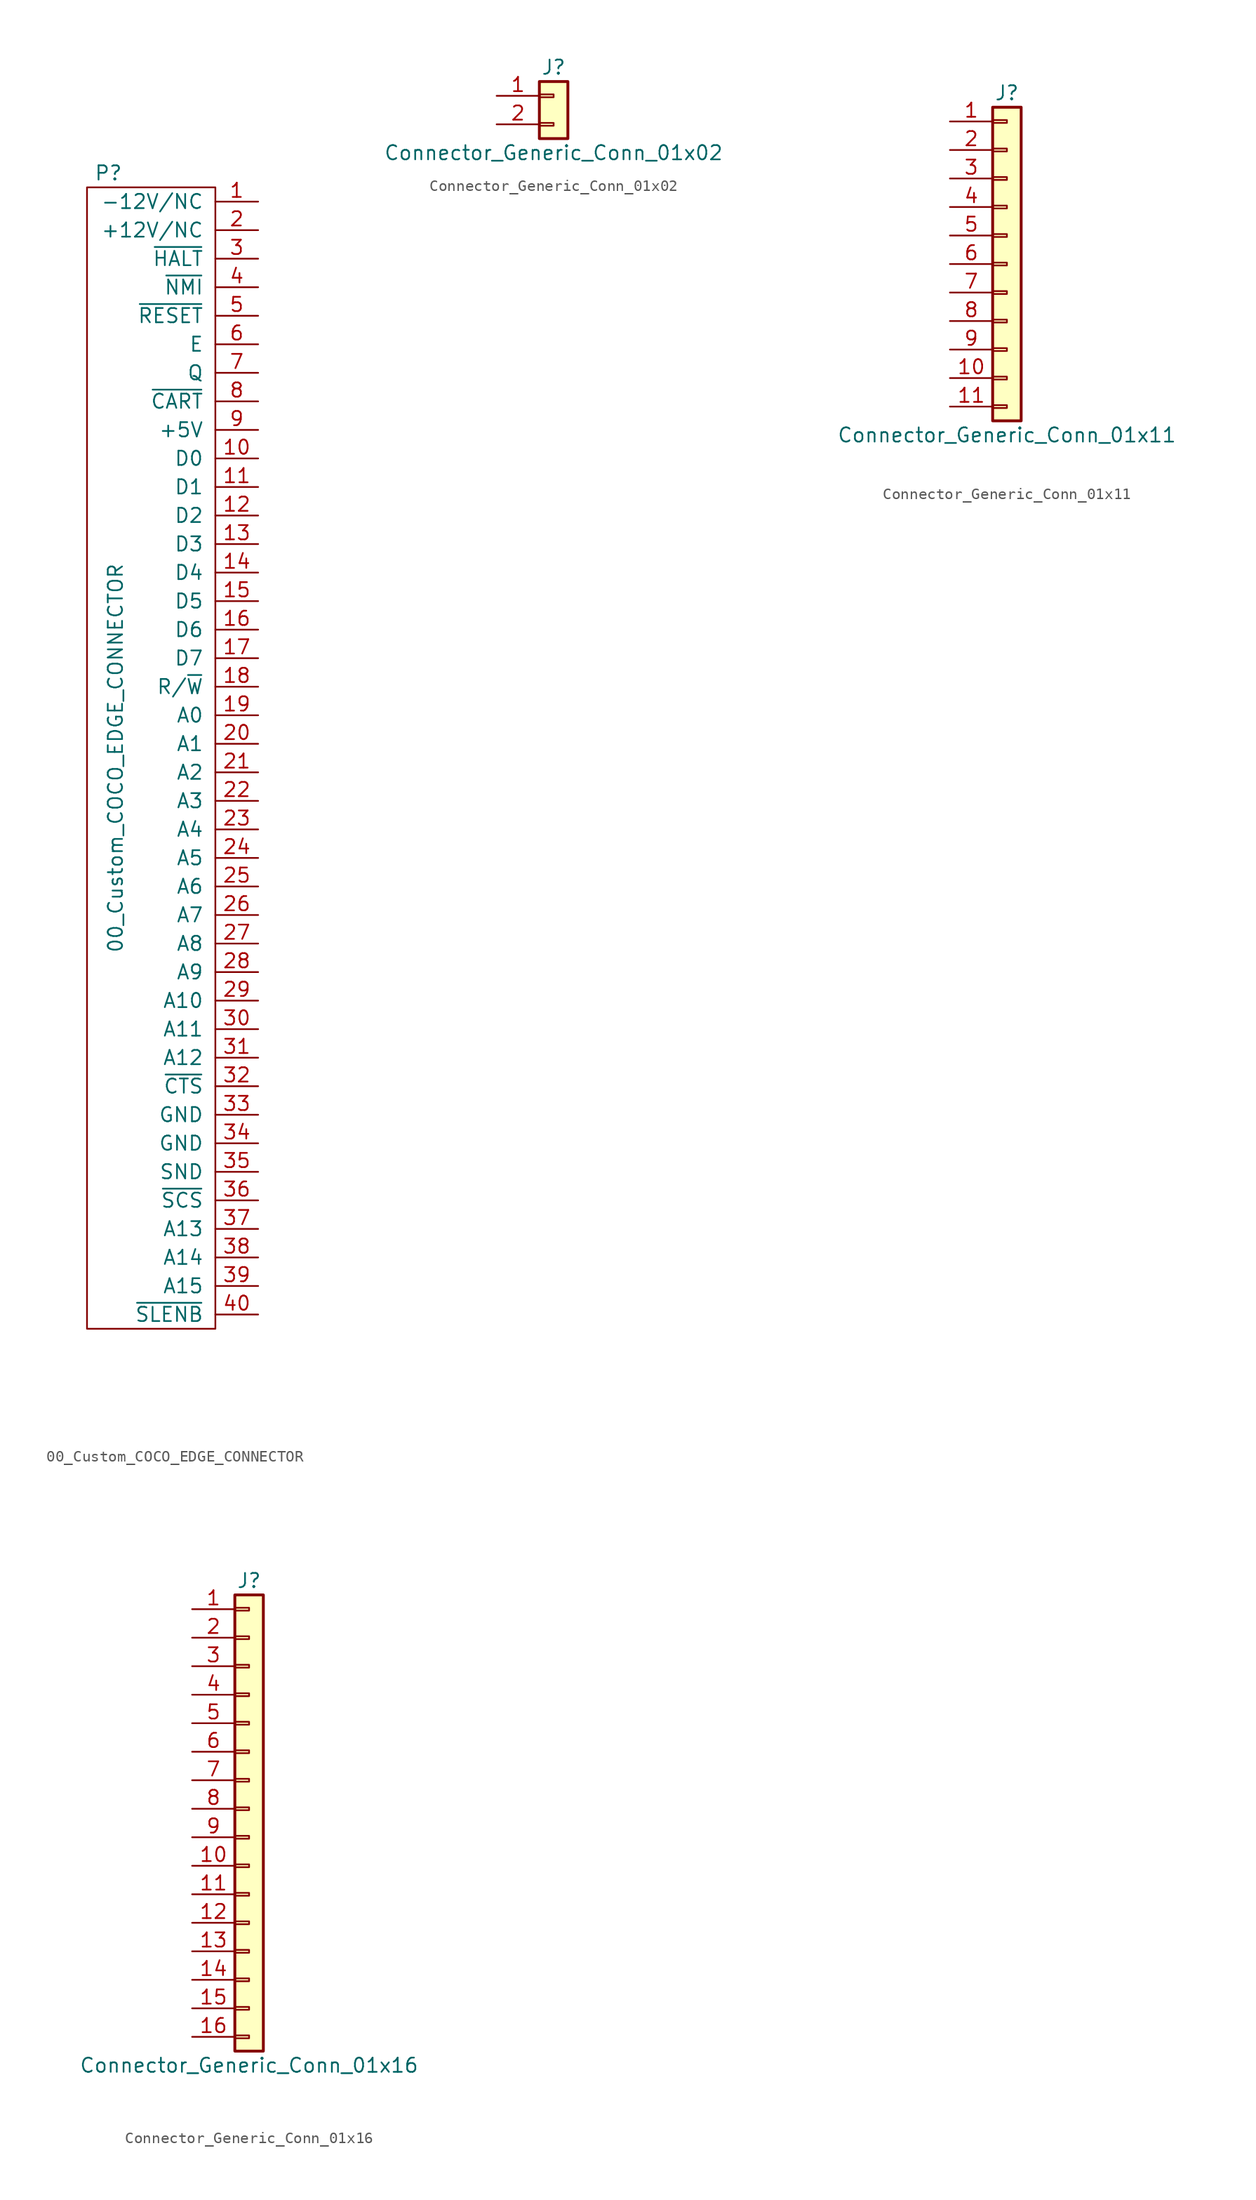
<source format=kicad_sym>
(kicad_symbol_lib
  (version 20220914)
  (generator kicad_symbol_editor)
  (symbol "00_Custom_COCO_EDGE_CONNECTOR"
    (pin_names
      (offset 1.016))
    (property "Reference" "P"
      (at -3.175 52.07 0)
      (effects (font (size 1.27 1.27))))
    (property "Value" "00_Custom_COCO_EDGE_CONNECTOR"
      (at -2.54 0 90)
      (effects (font (size 1.27 1.27))))
    (property "Footprint" ""
      (at -3.175 0 0)
      (effects (font (size 1.27 1.27))))
    (property "Datasheet" ""
      (at -3.175 0 0)
      (effects (font (size 1.27 1.27))))
    (symbol "00_Custom_COCO_EDGE_CONNECTOR_0_1"
      (rectangle (start -5.08 50.8) (end 6.35 -50.8) (stroke (width 0) (type solid)) (fill (type none))))
    (symbol "00_Custom_COCO_EDGE_CONNECTOR_1_1"
      (pin power_out line (at 10.16 49.53 180) (length 3.81) (name "-12V/NC" (effects (font (size 1.27 1.27)))) (number "1" (effects (font (size 1.27 1.27)))))
      (pin passive line (at 10.16 26.67 180) (length 3.81) (name "D0" (effects (font (size 1.27 1.27)))) (number "10" (effects (font (size 1.27 1.27)))))
      (pin passive line (at 10.16 24.13 180) (length 3.81) (name "D1" (effects (font (size 1.27 1.27)))) (number "11" (effects (font (size 1.27 1.27)))))
      (pin passive line (at 10.16 21.59 180) (length 3.81) (name "D2" (effects (font (size 1.27 1.27)))) (number "12" (effects (font (size 1.27 1.27)))))
      (pin passive line (at 10.16 19.05 180) (length 3.81) (name "D3" (effects (font (size 1.27 1.27)))) (number "13" (effects (font (size 1.27 1.27)))))
      (pin passive line (at 10.16 16.51 180) (length 3.81) (name "D4" (effects (font (size 1.27 1.27)))) (number "14" (effects (font (size 1.27 1.27)))))
      (pin passive line (at 10.16 13.97 180) (length 3.81) (name "D5" (effects (font (size 1.27 1.27)))) (number "15" (effects (font (size 1.27 1.27)))))
      (pin passive line (at 10.16 11.43 180) (length 3.81) (name "D6" (effects (font (size 1.27 1.27)))) (number "16" (effects (font (size 1.27 1.27)))))
      (pin passive line (at 10.16 8.89 180) (length 3.81) (name "D7" (effects (font (size 1.27 1.27)))) (number "17" (effects (font (size 1.27 1.27)))))
      (pin passive line (at 10.16 6.35 180) (length 3.81) (name "R/~{W}" (effects (font (size 1.27 1.27)))) (number "18" (effects (font (size 1.27 1.27)))))
      (pin passive line (at 10.16 3.81 180) (length 3.81) (name "A0" (effects (font (size 1.27 1.27)))) (number "19" (effects (font (size 1.27 1.27)))))
      (pin power_out line (at 10.16 46.99 180) (length 3.81) (name "+12V/NC" (effects (font (size 1.27 1.27)))) (number "2" (effects (font (size 1.27 1.27)))))
      (pin passive line (at 10.16 1.27 180) (length 3.81) (name "A1" (effects (font (size 1.27 1.27)))) (number "20" (effects (font (size 1.27 1.27)))))
      (pin passive line (at 10.16 -1.27 180) (length 3.81) (name "A2" (effects (font (size 1.27 1.27)))) (number "21" (effects (font (size 1.27 1.27)))))
      (pin passive line (at 10.16 -3.81 180) (length 3.81) (name "A3" (effects (font (size 1.27 1.27)))) (number "22" (effects (font (size 1.27 1.27)))))
      (pin passive line (at 10.16 -6.35 180) (length 3.81) (name "A4" (effects (font (size 1.27 1.27)))) (number "23" (effects (font (size 1.27 1.27)))))
      (pin passive line (at 10.16 -8.89 180) (length 3.81) (name "A5" (effects (font (size 1.27 1.27)))) (number "24" (effects (font (size 1.27 1.27)))))
      (pin passive line (at 10.16 -11.43 180) (length 3.81) (name "A6" (effects (font (size 1.27 1.27)))) (number "25" (effects (font (size 1.27 1.27)))))
      (pin passive line (at 10.16 -13.97 180) (length 3.81) (name "A7" (effects (font (size 1.27 1.27)))) (number "26" (effects (font (size 1.27 1.27)))))
      (pin passive line (at 10.16 -16.51 180) (length 3.81) (name "A8" (effects (font (size 1.27 1.27)))) (number "27" (effects (font (size 1.27 1.27)))))
      (pin passive line (at 10.16 -19.05 180) (length 3.81) (name "A9" (effects (font (size 1.27 1.27)))) (number "28" (effects (font (size 1.27 1.27)))))
      (pin passive line (at 10.16 -21.59 180) (length 3.81) (name "A10" (effects (font (size 1.27 1.27)))) (number "29" (effects (font (size 1.27 1.27)))))
      (pin passive line (at 10.16 44.45 180) (length 3.81) (name "~{HALT}" (effects (font (size 1.27 1.27)))) (number "3" (effects (font (size 1.27 1.27)))))
      (pin passive line (at 10.16 -24.13 180) (length 3.81) (name "A11" (effects (font (size 1.27 1.27)))) (number "30" (effects (font (size 1.27 1.27)))))
      (pin passive line (at 10.16 -26.67 180) (length 3.81) (name "A12" (effects (font (size 1.27 1.27)))) (number "31" (effects (font (size 1.27 1.27)))))
      (pin passive line (at 10.16 -29.21 180) (length 3.81) (name "~{CTS}" (effects (font (size 1.27 1.27)))) (number "32" (effects (font (size 1.27 1.27)))))
      (pin power_out line (at 10.16 -31.75 180) (length 3.81) (name "GND" (effects (font (size 1.27 1.27)))) (number "33" (effects (font (size 1.27 1.27)))))
      (pin power_in line (at 10.16 -34.29 180) (length 3.81) (name "GND" (effects (font (size 1.27 1.27)))) (number "34" (effects (font (size 1.27 1.27)))))
      (pin passive line (at 10.16 -36.83 180) (length 3.81) (name "SND" (effects (font (size 1.27 1.27)))) (number "35" (effects (font (size 1.27 1.27)))))
      (pin passive line (at 10.16 -39.37 180) (length 3.81) (name "~{SCS}" (effects (font (size 1.27 1.27)))) (number "36" (effects (font (size 1.27 1.27)))))
      (pin passive line (at 10.16 -41.91 180) (length 3.81) (name "A13" (effects (font (size 1.27 1.27)))) (number "37" (effects (font (size 1.27 1.27)))))
      (pin passive line (at 10.16 -44.45 180) (length 3.81) (name "A14" (effects (font (size 1.27 1.27)))) (number "38" (effects (font (size 1.27 1.27)))))
      (pin passive line (at 10.16 -46.99 180) (length 3.81) (name "A15" (effects (font (size 1.27 1.27)))) (number "39" (effects (font (size 1.27 1.27)))))
      (pin passive line (at 10.16 41.91 180) (length 3.81) (name "~{NMI}" (effects (font (size 1.27 1.27)))) (number "4" (effects (font (size 1.27 1.27)))))
      (pin passive line (at 10.16 -49.53 180) (length 3.81) (name "~{SLENB}" (effects (font (size 1.27 1.27)))) (number "40" (effects (font (size 1.27 1.27)))))
      (pin passive line (at 10.16 39.37 180) (length 3.81) (name "~{RESET}" (effects (font (size 1.27 1.27)))) (number "5" (effects (font (size 1.27 1.27)))))
      (pin passive line (at 10.16 36.83 180) (length 3.81) (name "E" (effects (font (size 1.27 1.27)))) (number "6" (effects (font (size 1.27 1.27)))))
      (pin passive line (at 10.16 34.29 180) (length 3.81) (name "Q" (effects (font (size 1.27 1.27)))) (number "7" (effects (font (size 1.27 1.27)))))
      (pin passive line (at 10.16 31.75 180) (length 3.81) (name "~{CART}" (effects (font (size 1.27 1.27)))) (number "8" (effects (font (size 1.27 1.27)))))
      (pin power_out line (at 10.16 29.21 180) (length 3.81) (name "+5V" (effects (font (size 1.27 1.27)))) (number "9" (effects (font (size 1.27 1.27)))))))
  (symbol "Connector_Generic_Conn_01x02"
    (pin_names
      (offset 1.016) hide)
    (property "Reference" "J"
      (at 0 2.54 0)
      (effects (font (size 1.27 1.27))))
    (property "Value" "Connector_Generic_Conn_01x02"
      (at 0 -5.08 0)
      (effects (font (size 1.27 1.27))))
    (symbol "Connector_Generic_Conn_01x02_1_1"
      (rectangle (start -1.27 -2.413) (end 0 -2.667) (stroke (width 0.152) (type solid)) (fill (type none)))
      (rectangle (start -1.27 0.127) (end 0 -0.127) (stroke (width 0.152) (type solid)) (fill (type none)))
      (rectangle (start -1.27 1.27) (end 1.27 -3.81) (stroke (width 0.254) (type solid)) (fill (type background)))
      (pin passive line (at -5.08 0 0) (length 3.81) (name "Pin_1" (effects (font (size 1.27 1.27)))) (number "1" (effects (font (size 1.27 1.27)))))
      (pin passive line (at -5.08 -2.54 0) (length 3.81) (name "Pin_2" (effects (font (size 1.27 1.27)))) (number "2" (effects (font (size 1.27 1.27)))))))
  (symbol "Connector_Generic_Conn_01x11"
    (pin_names
      (offset 1.016) hide)
    (property "Reference" "J"
      (at 0 15.24 0)
      (effects (font (size 1.27 1.27))))
    (property "Value" "Connector_Generic_Conn_01x11"
      (at 0 -15.24 0)
      (effects (font (size 1.27 1.27))))
    (symbol "Connector_Generic_Conn_01x11_1_1"
      (rectangle (start -1.27 -12.573) (end 0 -12.827) (stroke (width 0.152) (type solid)) (fill (type none)))
      (rectangle (start -1.27 -10.033) (end 0 -10.287) (stroke (width 0.152) (type solid)) (fill (type none)))
      (rectangle (start -1.27 -7.493) (end 0 -7.747) (stroke (width 0.152) (type solid)) (fill (type none)))
      (rectangle (start -1.27 -4.953) (end 0 -5.207) (stroke (width 0.152) (type solid)) (fill (type none)))
      (rectangle (start -1.27 -2.413) (end 0 -2.667) (stroke (width 0.152) (type solid)) (fill (type none)))
      (rectangle (start -1.27 0.127) (end 0 -0.127) (stroke (width 0.152) (type solid)) (fill (type none)))
      (rectangle (start -1.27 2.667) (end 0 2.413) (stroke (width 0.152) (type solid)) (fill (type none)))
      (rectangle (start -1.27 5.207) (end 0 4.953) (stroke (width 0.152) (type solid)) (fill (type none)))
      (rectangle (start -1.27 7.747) (end 0 7.493) (stroke (width 0.152) (type solid)) (fill (type none)))
      (rectangle (start -1.27 10.287) (end 0 10.033) (stroke (width 0.152) (type solid)) (fill (type none)))
      (rectangle (start -1.27 12.827) (end 0 12.573) (stroke (width 0.152) (type solid)) (fill (type none)))
      (rectangle (start -1.27 13.97) (end 1.27 -13.97) (stroke (width 0.254) (type solid)) (fill (type background)))
      (pin passive line (at -5.08 12.7 0) (length 3.81) (name "Pin_1" (effects (font (size 1.27 1.27)))) (number "1" (effects (font (size 1.27 1.27)))))
      (pin passive line (at -5.08 -10.16 0) (length 3.81) (name "Pin_10" (effects (font (size 1.27 1.27)))) (number "10" (effects (font (size 1.27 1.27)))))
      (pin passive line (at -5.08 -12.7 0) (length 3.81) (name "Pin_11" (effects (font (size 1.27 1.27)))) (number "11" (effects (font (size 1.27 1.27)))))
      (pin passive line (at -5.08 10.16 0) (length 3.81) (name "Pin_2" (effects (font (size 1.27 1.27)))) (number "2" (effects (font (size 1.27 1.27)))))
      (pin passive line (at -5.08 7.62 0) (length 3.81) (name "Pin_3" (effects (font (size 1.27 1.27)))) (number "3" (effects (font (size 1.27 1.27)))))
      (pin passive line (at -5.08 5.08 0) (length 3.81) (name "Pin_4" (effects (font (size 1.27 1.27)))) (number "4" (effects (font (size 1.27 1.27)))))
      (pin passive line (at -5.08 2.54 0) (length 3.81) (name "Pin_5" (effects (font (size 1.27 1.27)))) (number "5" (effects (font (size 1.27 1.27)))))
      (pin passive line (at -5.08 0 0) (length 3.81) (name "Pin_6" (effects (font (size 1.27 1.27)))) (number "6" (effects (font (size 1.27 1.27)))))
      (pin passive line (at -5.08 -2.54 0) (length 3.81) (name "Pin_7" (effects (font (size 1.27 1.27)))) (number "7" (effects (font (size 1.27 1.27)))))
      (pin passive line (at -5.08 -5.08 0) (length 3.81) (name "Pin_8" (effects (font (size 1.27 1.27)))) (number "8" (effects (font (size 1.27 1.27)))))
      (pin passive line (at -5.08 -7.62 0) (length 3.81) (name "Pin_9" (effects (font (size 1.27 1.27)))) (number "9" (effects (font (size 1.27 1.27)))))))
  (symbol "Connector_Generic_Conn_01x16"
    (pin_names
      (offset 1.016) hide)
    (property "Reference" "J"
      (at 0 20.32 0)
      (effects (font (size 1.27 1.27))))
    (property "Value" "Connector_Generic_Conn_01x16"
      (at 0 -22.86 0)
      (effects (font (size 1.27 1.27))))
    (symbol "Connector_Generic_Conn_01x16_1_1"
      (rectangle (start -1.27 -20.193) (end 0 -20.447) (stroke (width 0.152) (type solid)) (fill (type none)))
      (rectangle (start -1.27 -17.653) (end 0 -17.907) (stroke (width 0.152) (type solid)) (fill (type none)))
      (rectangle (start -1.27 -15.113) (end 0 -15.367) (stroke (width 0.152) (type solid)) (fill (type none)))
      (rectangle (start -1.27 -12.573) (end 0 -12.827) (stroke (width 0.152) (type solid)) (fill (type none)))
      (rectangle (start -1.27 -10.033) (end 0 -10.287) (stroke (width 0.152) (type solid)) (fill (type none)))
      (rectangle (start -1.27 -7.493) (end 0 -7.747) (stroke (width 0.152) (type solid)) (fill (type none)))
      (rectangle (start -1.27 -4.953) (end 0 -5.207) (stroke (width 0.152) (type solid)) (fill (type none)))
      (rectangle (start -1.27 -2.413) (end 0 -2.667) (stroke (width 0.152) (type solid)) (fill (type none)))
      (rectangle (start -1.27 0.127) (end 0 -0.127) (stroke (width 0.152) (type solid)) (fill (type none)))
      (rectangle (start -1.27 2.667) (end 0 2.413) (stroke (width 0.152) (type solid)) (fill (type none)))
      (rectangle (start -1.27 5.207) (end 0 4.953) (stroke (width 0.152) (type solid)) (fill (type none)))
      (rectangle (start -1.27 7.747) (end 0 7.493) (stroke (width 0.152) (type solid)) (fill (type none)))
      (rectangle (start -1.27 10.287) (end 0 10.033) (stroke (width 0.152) (type solid)) (fill (type none)))
      (rectangle (start -1.27 12.827) (end 0 12.573) (stroke (width 0.152) (type solid)) (fill (type none)))
      (rectangle (start -1.27 15.367) (end 0 15.113) (stroke (width 0.152) (type solid)) (fill (type none)))
      (rectangle (start -1.27 17.907) (end 0 17.653) (stroke (width 0.152) (type solid)) (fill (type none)))
      (rectangle (start -1.27 19.05) (end 1.27 -21.59) (stroke (width 0.254) (type solid)) (fill (type background)))
      (pin passive line (at -5.08 17.78 0) (length 3.81) (name "Pin_1" (effects (font (size 1.27 1.27)))) (number "1" (effects (font (size 1.27 1.27)))))
      (pin passive line (at -5.08 -5.08 0) (length 3.81) (name "Pin_10" (effects (font (size 1.27 1.27)))) (number "10" (effects (font (size 1.27 1.27)))))
      (pin passive line (at -5.08 -7.62 0) (length 3.81) (name "Pin_11" (effects (font (size 1.27 1.27)))) (number "11" (effects (font (size 1.27 1.27)))))
      (pin passive line (at -5.08 -10.16 0) (length 3.81) (name "Pin_12" (effects (font (size 1.27 1.27)))) (number "12" (effects (font (size 1.27 1.27)))))
      (pin passive line (at -5.08 -12.7 0) (length 3.81) (name "Pin_13" (effects (font (size 1.27 1.27)))) (number "13" (effects (font (size 1.27 1.27)))))
      (pin passive line (at -5.08 -15.24 0) (length 3.81) (name "Pin_14" (effects (font (size 1.27 1.27)))) (number "14" (effects (font (size 1.27 1.27)))))
      (pin passive line (at -5.08 -17.78 0) (length 3.81) (name "Pin_15" (effects (font (size 1.27 1.27)))) (number "15" (effects (font (size 1.27 1.27)))))
      (pin passive line (at -5.08 -20.32 0) (length 3.81) (name "Pin_16" (effects (font (size 1.27 1.27)))) (number "16" (effects (font (size 1.27 1.27)))))
      (pin passive line (at -5.08 15.24 0) (length 3.81) (name "Pin_2" (effects (font (size 1.27 1.27)))) (number "2" (effects (font (size 1.27 1.27)))))
      (pin passive line (at -5.08 12.7 0) (length 3.81) (name "Pin_3" (effects (font (size 1.27 1.27)))) (number "3" (effects (font (size 1.27 1.27)))))
      (pin passive line (at -5.08 10.16 0) (length 3.81) (name "Pin_4" (effects (font (size 1.27 1.27)))) (number "4" (effects (font (size 1.27 1.27)))))
      (pin passive line (at -5.08 7.62 0) (length 3.81) (name "Pin_5" (effects (font (size 1.27 1.27)))) (number "5" (effects (font (size 1.27 1.27)))))
      (pin passive line (at -5.08 5.08 0) (length 3.81) (name "Pin_6" (effects (font (size 1.27 1.27)))) (number "6" (effects (font (size 1.27 1.27)))))
      (pin passive line (at -5.08 2.54 0) (length 3.81) (name "Pin_7" (effects (font (size 1.27 1.27)))) (number "7" (effects (font (size 1.27 1.27)))))
      (pin passive line (at -5.08 0 0) (length 3.81) (name "Pin_8" (effects (font (size 1.27 1.27)))) (number "8" (effects (font (size 1.27 1.27)))))
      (pin passive line (at -5.08 -2.54 0) (length 3.81) (name "Pin_9" (effects (font (size 1.27 1.27)))) (number "9" (effects (font (size 1.27 1.27))))))))
</source>
